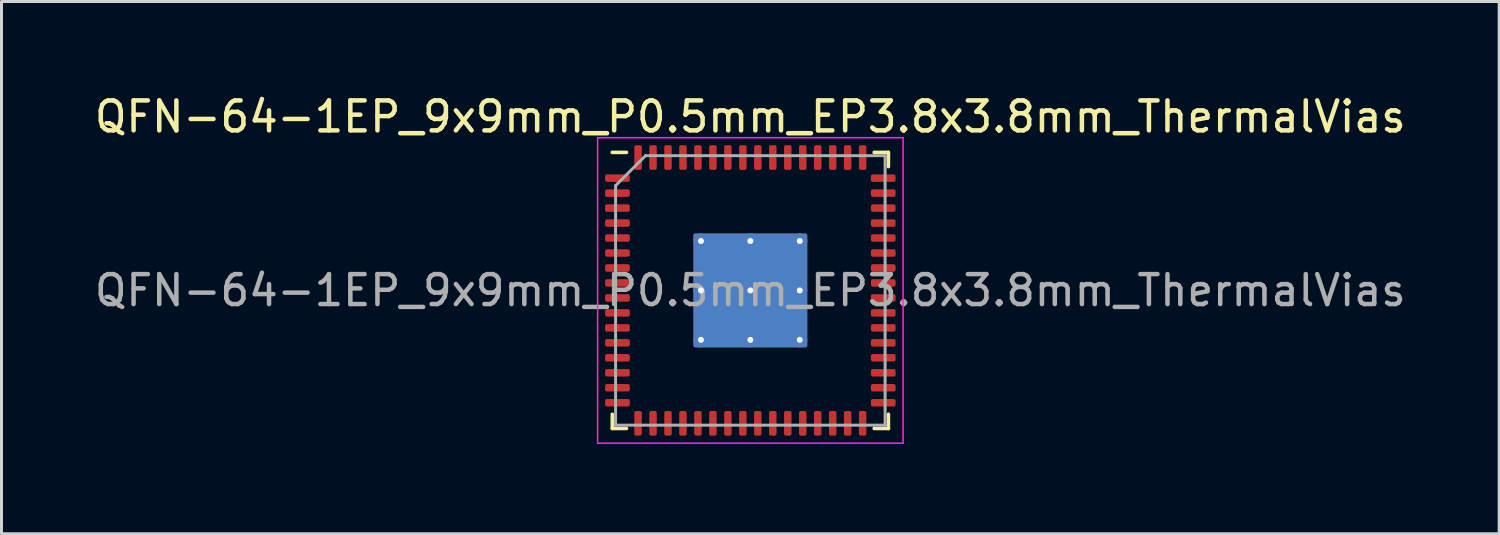
<source format=kicad_pcb>
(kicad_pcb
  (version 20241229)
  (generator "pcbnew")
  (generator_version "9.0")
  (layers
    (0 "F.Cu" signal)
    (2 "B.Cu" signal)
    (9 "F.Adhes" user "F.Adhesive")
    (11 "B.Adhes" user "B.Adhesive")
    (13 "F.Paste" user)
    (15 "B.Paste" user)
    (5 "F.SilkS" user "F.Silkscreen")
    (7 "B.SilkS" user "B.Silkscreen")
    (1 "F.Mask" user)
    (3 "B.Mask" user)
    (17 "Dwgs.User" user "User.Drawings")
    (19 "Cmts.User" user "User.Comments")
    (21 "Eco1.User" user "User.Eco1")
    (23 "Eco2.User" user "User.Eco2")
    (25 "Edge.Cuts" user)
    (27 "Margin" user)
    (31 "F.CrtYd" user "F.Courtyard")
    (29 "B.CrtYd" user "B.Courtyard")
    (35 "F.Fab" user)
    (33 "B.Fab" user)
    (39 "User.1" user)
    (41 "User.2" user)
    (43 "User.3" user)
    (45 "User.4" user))
  (footprint "QFN-64-1EP_9x9mm_P0.5mm_EP3.8x3.8mm_ThermalVias"
    (layer "F.Cu")
    (at 22.006 6.648)
    (property "Reference" "QFN-64-1EP_9x9mm_P0.5mm_EP3.8x3.8mm_ThermalVias" (at 0 -5.8 0) (layer "F.SilkS") (effects (font (size 1 1) (thickness 0.15))))
    (attr smd)
    (fp_line (start -4.61 4.61) (end -4.61 4.135) (stroke (width 0.12) (type solid)) (layer "F.SilkS"))
    (fp_line (start -4.135 -4.61) (end -4.61 -4.61) (stroke (width 0.12) (type solid)) (layer "F.SilkS"))
    (fp_line (start -4.135 4.61) (end -4.61 4.61) (stroke (width 0.12) (type solid)) (layer "F.SilkS"))
    (fp_line (start 4.135 -4.61) (end 4.61 -4.61) (stroke (width 0.12) (type solid)) (layer "F.SilkS"))
    (fp_line (start 4.135 4.61) (end 4.61 4.61) (stroke (width 0.12) (type solid)) (layer "F.SilkS"))
    (fp_line (start 4.61 -4.61) (end 4.61 -4.135) (stroke (width 0.12) (type solid)) (layer "F.SilkS"))
    (fp_line (start 4.61 4.61) (end 4.61 4.135) (stroke (width 0.12) (type solid)) (layer "F.SilkS"))
    (fp_line (start -5.1 -5.1) (end -5.1 5.1) (stroke (width 0.05) (type solid)) (layer "F.CrtYd"))
    (fp_line (start -5.1 5.1) (end 5.1 5.1) (stroke (width 0.05) (type solid)) (layer "F.CrtYd"))
    (fp_line (start 5.1 -5.1) (end -5.1 -5.1) (stroke (width 0.05) (type solid)) (layer "F.CrtYd"))
    (fp_line (start 5.1 5.1) (end 5.1 -5.1) (stroke (width 0.05) (type solid)) (layer "F.CrtYd"))
    (fp_line (start -4.5 -3.5) (end -3.5 -4.5) (stroke (width 0.1) (type solid)) (layer "F.Fab"))
    (fp_line (start -4.5 4.5) (end -4.5 -3.5) (stroke (width 0.1) (type solid)) (layer "F.Fab"))
    (fp_line (start -3.5 -4.5) (end 4.5 -4.5) (stroke (width 0.1) (type solid)) (layer "F.Fab"))
    (fp_line (start 4.5 -4.5) (end 4.5 4.5) (stroke (width 0.1) (type solid)) (layer "F.Fab"))
    (fp_line (start 4.5 4.5) (end -4.5 4.5) (stroke (width 0.1) (type solid)) (layer "F.Fab"))
    (fp_text user "${REFERENCE}" (at 0 0 0) (layer "F.Fab") (effects (font (size 1 1) (thickness 0.15))))
    (pad "" smd custom (at -0.825 -0.825) (size 1.415 1.415) (layers "F.Paste") (options (anchor circle)) (primitives (gr_poly (pts (xy -0.649 -0.553) (xy -0.553 -0.649) (xy 0.553 -0.649) (xy 0.649 -0.553) (xy 0.649 0.553) (xy 0.553 0.649) (xy -0.553 0.649) (xy -0.649 0.553)) (width 0.233) (fill yes))))
    (pad "" smd custom (at -0.825 0.825) (size 1.415 1.415) (layers "F.Paste") (options (anchor circle)) (primitives (gr_poly (pts (xy -0.649 -0.553) (xy -0.553 -0.649) (xy 0.553 -0.649) (xy 0.649 -0.553) (xy 0.649 0.553) (xy 0.553 0.649) (xy -0.553 0.649) (xy -0.649 0.553)) (width 0.233) (fill yes))))
    (pad "" smd custom (at 0.825 -0.825) (size 1.415 1.415) (layers "F.Paste") (options (anchor circle)) (primitives (gr_poly (pts (xy -0.649 -0.553) (xy -0.553 -0.649) (xy 0.553 -0.649) (xy 0.649 -0.553) (xy 0.649 0.553) (xy 0.553 0.649) (xy -0.553 0.649) (xy -0.649 0.553)) (width 0.233) (fill yes))))
    (pad "" smd custom (at 0.825 0.825) (size 1.415 1.415) (layers "F.Paste") (options (anchor circle)) (primitives (gr_poly (pts (xy -0.649 -0.553) (xy -0.553 -0.649) (xy 0.553 -0.649) (xy 0.649 -0.553) (xy 0.649 0.553) (xy 0.553 0.649) (xy -0.553 0.649) (xy -0.649 0.553)) (width 0.233) (fill yes))))
    (pad "1" smd roundrect (at -4.438 -3.75) (size 0.825 0.25) (layers "F.Cu" "F.Mask" "F.Paste") (roundrect_rratio 0.25))
    (pad "2" smd roundrect (at -4.438 -3.25) (size 0.825 0.25) (layers "F.Cu" "F.Mask" "F.Paste") (roundrect_rratio 0.25))
    (pad "3" smd roundrect (at -4.438 -2.75) (size 0.825 0.25) (layers "F.Cu" "F.Mask" "F.Paste") (roundrect_rratio 0.25))
    (pad "4" smd roundrect (at -4.438 -2.25) (size 0.825 0.25) (layers "F.Cu" "F.Mask" "F.Paste") (roundrect_rratio 0.25))
    (pad "5" smd roundrect (at -4.438 -1.75) (size 0.825 0.25) (layers "F.Cu" "F.Mask" "F.Paste") (roundrect_rratio 0.25))
    (pad "6" smd roundrect (at -4.438 -1.25) (size 0.825 0.25) (layers "F.Cu" "F.Mask" "F.Paste") (roundrect_rratio 0.25))
    (pad "7" smd roundrect (at -4.438 -0.75) (size 0.825 0.25) (layers "F.Cu" "F.Mask" "F.Paste") (roundrect_rratio 0.25))
    (pad "8" smd roundrect (at -4.438 -0.25) (size 0.825 0.25) (layers "F.Cu" "F.Mask" "F.Paste") (roundrect_rratio 0.25))
    (pad "9" smd roundrect (at -4.438 0.25) (size 0.825 0.25) (layers "F.Cu" "F.Mask" "F.Paste") (roundrect_rratio 0.25))
    (pad "10" smd roundrect (at -4.438 0.75) (size 0.825 0.25) (layers "F.Cu" "F.Mask" "F.Paste") (roundrect_rratio 0.25))
    (pad "11" smd roundrect (at -4.438 1.25) (size 0.825 0.25) (layers "F.Cu" "F.Mask" "F.Paste") (roundrect_rratio 0.25))
    (pad "12" smd roundrect (at -4.438 1.75) (size 0.825 0.25) (layers "F.Cu" "F.Mask" "F.Paste") (roundrect_rratio 0.25))
    (pad "13" smd roundrect (at -4.438 2.25) (size 0.825 0.25) (layers "F.Cu" "F.Mask" "F.Paste") (roundrect_rratio 0.25))
    (pad "14" smd roundrect (at -4.438 2.75) (size 0.825 0.25) (layers "F.Cu" "F.Mask" "F.Paste") (roundrect_rratio 0.25))
    (pad "15" smd roundrect (at -4.438 3.25) (size 0.825 0.25) (layers "F.Cu" "F.Mask" "F.Paste") (roundrect_rratio 0.25))
    (pad "16" smd roundrect (at -4.438 3.75) (size 0.825 0.25) (layers "F.Cu" "F.Mask" "F.Paste") (roundrect_rratio 0.25))
    (pad "17" smd roundrect (at -3.75 4.438) (size 0.25 0.825) (layers "F.Cu" "F.Mask" "F.Paste") (roundrect_rratio 0.25))
    (pad "18" smd roundrect (at -3.25 4.438) (size 0.25 0.825) (layers "F.Cu" "F.Mask" "F.Paste") (roundrect_rratio 0.25))
    (pad "19" smd roundrect (at -2.75 4.438) (size 0.25 0.825) (layers "F.Cu" "F.Mask" "F.Paste") (roundrect_rratio 0.25))
    (pad "20" smd roundrect (at -2.25 4.438) (size 0.25 0.825) (layers "F.Cu" "F.Mask" "F.Paste") (roundrect_rratio 0.25))
    (pad "21" smd roundrect (at -1.75 4.438) (size 0.25 0.825) (layers "F.Cu" "F.Mask" "F.Paste") (roundrect_rratio 0.25))
    (pad "22" smd roundrect (at -1.25 4.438) (size 0.25 0.825) (layers "F.Cu" "F.Mask" "F.Paste") (roundrect_rratio 0.25))
    (pad "23" smd roundrect (at -0.75 4.438) (size 0.25 0.825) (layers "F.Cu" "F.Mask" "F.Paste") (roundrect_rratio 0.25))
    (pad "24" smd roundrect (at -0.25 4.438) (size 0.25 0.825) (layers "F.Cu" "F.Mask" "F.Paste") (roundrect_rratio 0.25))
    (pad "25" smd roundrect (at 0.25 4.438) (size 0.25 0.825) (layers "F.Cu" "F.Mask" "F.Paste") (roundrect_rratio 0.25))
    (pad "26" smd roundrect (at 0.75 4.438) (size 0.25 0.825) (layers "F.Cu" "F.Mask" "F.Paste") (roundrect_rratio 0.25))
    (pad "27" smd roundrect (at 1.25 4.438) (size 0.25 0.825) (layers "F.Cu" "F.Mask" "F.Paste") (roundrect_rratio 0.25))
    (pad "28" smd roundrect (at 1.75 4.438) (size 0.25 0.825) (layers "F.Cu" "F.Mask" "F.Paste") (roundrect_rratio 0.25))
    (pad "29" smd roundrect (at 2.25 4.438) (size 0.25 0.825) (layers "F.Cu" "F.Mask" "F.Paste") (roundrect_rratio 0.25))
    (pad "30" smd roundrect (at 2.75 4.438) (size 0.25 0.825) (layers "F.Cu" "F.Mask" "F.Paste") (roundrect_rratio 0.25))
    (pad "31" smd roundrect (at 3.25 4.438) (size 0.25 0.825) (layers "F.Cu" "F.Mask" "F.Paste") (roundrect_rratio 0.25))
    (pad "32" smd roundrect (at 3.75 4.438) (size 0.25 0.825) (layers "F.Cu" "F.Mask" "F.Paste") (roundrect_rratio 0.25))
    (pad "33" smd roundrect (at 4.438 3.75) (size 0.825 0.25) (layers "F.Cu" "F.Mask" "F.Paste") (roundrect_rratio 0.25))
    (pad "34" smd roundrect (at 4.438 3.25) (size 0.825 0.25) (layers "F.Cu" "F.Mask" "F.Paste") (roundrect_rratio 0.25))
    (pad "35" smd roundrect (at 4.438 2.75) (size 0.825 0.25) (layers "F.Cu" "F.Mask" "F.Paste") (roundrect_rratio 0.25))
    (pad "36" smd roundrect (at 4.438 2.25) (size 0.825 0.25) (layers "F.Cu" "F.Mask" "F.Paste") (roundrect_rratio 0.25))
    (pad "37" smd roundrect (at 4.438 1.75) (size 0.825 0.25) (layers "F.Cu" "F.Mask" "F.Paste") (roundrect_rratio 0.25))
    (pad "38" smd roundrect (at 4.438 1.25) (size 0.825 0.25) (layers "F.Cu" "F.Mask" "F.Paste") (roundrect_rratio 0.25))
    (pad "39" smd roundrect (at 4.438 0.75) (size 0.825 0.25) (layers "F.Cu" "F.Mask" "F.Paste") (roundrect_rratio 0.25))
    (pad "40" smd roundrect (at 4.438 0.25) (size 0.825 0.25) (layers "F.Cu" "F.Mask" "F.Paste") (roundrect_rratio 0.25))
    (pad "41" smd roundrect (at 4.438 -0.25) (size 0.825 0.25) (layers "F.Cu" "F.Mask" "F.Paste") (roundrect_rratio 0.25))
    (pad "42" smd roundrect (at 4.438 -0.75) (size 0.825 0.25) (layers "F.Cu" "F.Mask" "F.Paste") (roundrect_rratio 0.25))
    (pad "43" smd roundrect (at 4.438 -1.25) (size 0.825 0.25) (layers "F.Cu" "F.Mask" "F.Paste") (roundrect_rratio 0.25))
    (pad "44" smd roundrect (at 4.438 -1.75) (size 0.825 0.25) (layers "F.Cu" "F.Mask" "F.Paste") (roundrect_rratio 0.25))
    (pad "45" smd roundrect (at 4.438 -2.25) (size 0.825 0.25) (layers "F.Cu" "F.Mask" "F.Paste") (roundrect_rratio 0.25))
    (pad "46" smd roundrect (at 4.438 -2.75) (size 0.825 0.25) (layers "F.Cu" "F.Mask" "F.Paste") (roundrect_rratio 0.25))
    (pad "47" smd roundrect (at 4.438 -3.25) (size 0.825 0.25) (layers "F.Cu" "F.Mask" "F.Paste") (roundrect_rratio 0.25))
    (pad "48" smd roundrect (at 4.438 -3.75) (size 0.825 0.25) (layers "F.Cu" "F.Mask" "F.Paste") (roundrect_rratio 0.25))
    (pad "49" smd roundrect (at 3.75 -4.438) (size 0.25 0.825) (layers "F.Cu" "F.Mask" "F.Paste") (roundrect_rratio 0.25))
    (pad "50" smd roundrect (at 3.25 -4.438) (size 0.25 0.825) (layers "F.Cu" "F.Mask" "F.Paste") (roundrect_rratio 0.25))
    (pad "51" smd roundrect (at 2.75 -4.438) (size 0.25 0.825) (layers "F.Cu" "F.Mask" "F.Paste") (roundrect_rratio 0.25))
    (pad "52" smd roundrect (at 2.25 -4.438) (size 0.25 0.825) (layers "F.Cu" "F.Mask" "F.Paste") (roundrect_rratio 0.25))
    (pad "53" smd roundrect (at 1.75 -4.438) (size 0.25 0.825) (layers "F.Cu" "F.Mask" "F.Paste") (roundrect_rratio 0.25))
    (pad "54" smd roundrect (at 1.25 -4.438) (size 0.25 0.825) (layers "F.Cu" "F.Mask" "F.Paste") (roundrect_rratio 0.25))
    (pad "55" smd roundrect (at 0.75 -4.438) (size 0.25 0.825) (layers "F.Cu" "F.Mask" "F.Paste") (roundrect_rratio 0.25))
    (pad "56" smd roundrect (at 0.25 -4.438) (size 0.25 0.825) (layers "F.Cu" "F.Mask" "F.Paste") (roundrect_rratio 0.25))
    (pad "57" smd roundrect (at -0.25 -4.438) (size 0.25 0.825) (layers "F.Cu" "F.Mask" "F.Paste") (roundrect_rratio 0.25))
    (pad "58" smd roundrect (at -0.75 -4.438) (size 0.25 0.825) (layers "F.Cu" "F.Mask" "F.Paste") (roundrect_rratio 0.25))
    (pad "59" smd roundrect (at -1.25 -4.438) (size 0.25 0.825) (layers "F.Cu" "F.Mask" "F.Paste") (roundrect_rratio 0.25))
    (pad "60" smd roundrect (at -1.75 -4.438) (size 0.25 0.825) (layers "F.Cu" "F.Mask" "F.Paste") (roundrect_rratio 0.25))
    (pad "61" smd roundrect (at -2.25 -4.438) (size 0.25 0.825) (layers "F.Cu" "F.Mask" "F.Paste") (roundrect_rratio 0.25))
    (pad "62" smd roundrect (at -2.75 -4.438) (size 0.25 0.825) (layers "F.Cu" "F.Mask" "F.Paste") (roundrect_rratio 0.25))
    (pad "63" smd roundrect (at -3.25 -4.438) (size 0.25 0.825) (layers "F.Cu" "F.Mask" "F.Paste") (roundrect_rratio 0.25))
    (pad "64" smd roundrect (at -3.75 -4.438) (size 0.25 0.825) (layers "F.Cu" "F.Mask" "F.Paste") (roundrect_rratio 0.25))
    (pad "65" thru_hole circle (at -1.65 -1.65) (size 0.5 0.5) (drill 0.2) (layers "*.Cu"))
    (pad "65" thru_hole circle (at -1.65 0) (size 0.5 0.5) (drill 0.2) (layers "*.Cu"))
    (pad "65" thru_hole circle (at -1.65 1.65) (size 0.5 0.5) (drill 0.2) (layers "*.Cu"))
    (pad "65" thru_hole circle (at 0 -1.65) (size 0.5 0.5) (drill 0.2) (layers "*.Cu"))
    (pad "65" thru_hole circle (at 0 0) (size 0.5 0.5) (drill 0.2) (layers "*.Cu"))
    (pad "65" smd roundrect (at 0 0) (size 3.8 3.8) (layers "F.Cu" "F.Mask") (roundrect_rratio 0.016))
    (pad "65" smd roundrect (at 0 0) (size 3.8 3.8) (layers "B.Cu") (roundrect_rratio 0.016))
    (pad "65" thru_hole circle (at 0 1.65) (size 0.5 0.5) (drill 0.2) (layers "*.Cu"))
    (pad "65" thru_hole circle (at 1.65 -1.65) (size 0.5 0.5) (drill 0.2) (layers "*.Cu"))
    (pad "65" thru_hole circle (at 1.65 0) (size 0.5 0.5) (drill 0.2) (layers "*.Cu"))
    (pad "65" thru_hole circle (at 1.65 1.65) (size 0.5 0.5) (drill 0.2) (layers "*.Cu")))
  (gr_rect
    (start -3 -3)
    (end 47.012 14.773)
    (stroke (width 0.1) (type default))
    (fill no)
    (layer "Edge.Cuts")))
</source>
